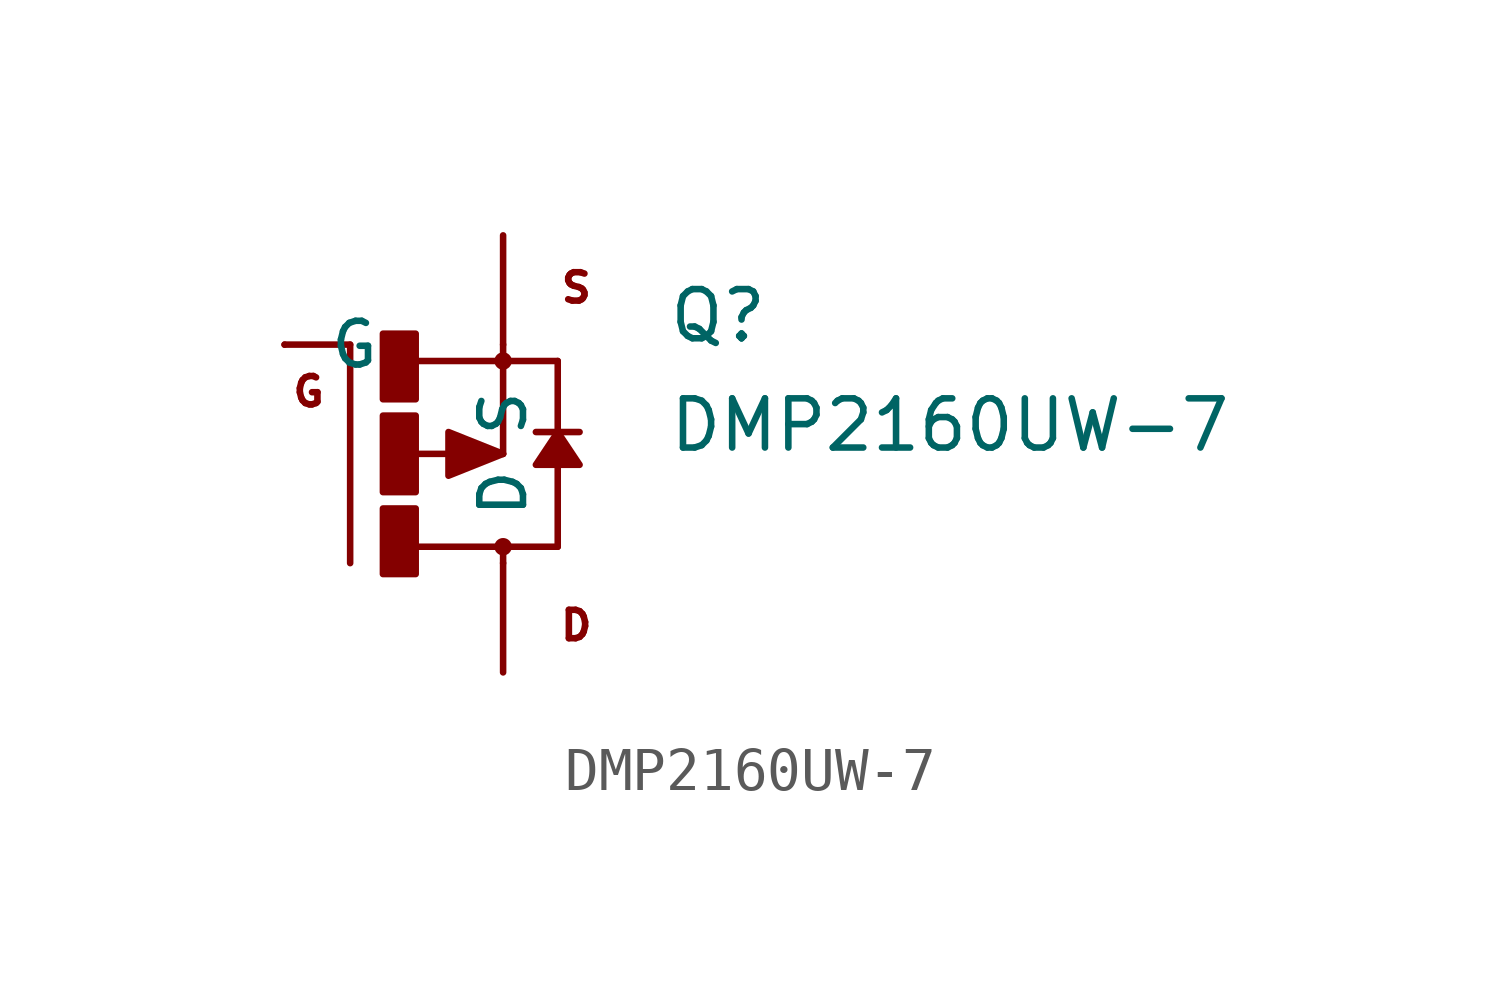
<source format=kicad_sym>
(kicad_symbol_lib
  (version 20211014)
  (generator kicad_symbol_editor)
  (symbol "DMP2160UW-7"
    (pin_numbers hide)
    (pin_names
      (offset 1.016))
    (property "Reference" "Q"
      (at 3.81 2.54 0)
      (effects (font (size 1.143 1.143)) (justify left bottom)))
    (property "Value" "DMP2160UW-7"
      (at 3.81 0 0)
      (effects (font (size 1.143 1.143)) (justify left bottom)))
    (property "ki_locked" ""
      (at 0 0 0)
      (effects (font (size 1.27 1.27))))
    (symbol "DMP2160UW-7_1_0"
      (polyline (pts (xy -3.556 -2.54) (xy -3.556 2.54)) (stroke (width 0) (type default) (color 0 0 0 0)) (fill (type none)))
      (polyline (pts (xy -3.556 2.54) (xy -5.08 2.54)) (stroke (width 0) (type default) (color 0 0 0 0)) (fill (type none)))
      (polyline (pts (xy -2.159 0) (xy 0 0)) (stroke (width 0) (type default) (color 0 0 0 0)) (fill (type none)))
      (polyline (pts (xy -2.032 -2.159) (xy 0 -2.159)) (stroke (width 0) (type default) (color 0 0 0 0)) (fill (type none)))
      (polyline (pts (xy 0 -2.159) (xy 0 -2.54)) (stroke (width 0) (type default) (color 0 0 0 0)) (fill (type none)))
      (polyline (pts (xy 0 0) (xy 0 2.159)) (stroke (width 0) (type default) (color 0 0 0 0)) (fill (type none)))
      (polyline (pts (xy 0 2.159) (xy -2.007 2.159)) (stroke (width 0) (type default) (color 0 0 0 0)) (fill (type none)))
      (polyline (pts (xy 0 2.54) (xy 0 2.159)) (stroke (width 0) (type default) (color 0 0 0 0)) (fill (type none)))
      (polyline (pts (xy 0.762 0.508) (xy 1.27 0.508)) (stroke (width 0) (type default) (color 0 0 0 0)) (fill (type none)))
      (polyline (pts (xy 1.27 -2.159) (xy 0 -2.159)) (stroke (width 0) (type default) (color 0 0 0 0)) (fill (type none)))
      (polyline (pts (xy 1.27 -2.159) (xy 1.27 -0.127)) (stroke (width 0) (type default) (color 0 0 0 0)) (fill (type none)))
      (polyline (pts (xy 1.27 0.508) (xy 1.27 2.159)) (stroke (width 0) (type default) (color 0 0 0 0)) (fill (type none)))
      (polyline (pts (xy 1.27 0.508) (xy 1.778 0.508)) (stroke (width 0) (type default) (color 0 0 0 0)) (fill (type none)))
      (polyline (pts (xy 1.27 2.159) (xy 0 2.159)) (stroke (width 0) (type default) (color 0 0 0 0)) (fill (type none)))
      (text "D" (at 1.702 -3.988 0) (effects (font (size 0.66 0.66))))
      (text "G" (at -4.521 1.448 0) (effects (font (size 0.66 0.66))))
      (text "S" (at 1.702 3.861 0) (effects (font (size 0.66 0.66)))))
    (symbol "DMP2160UW-7_1_1"
      (rectangle (start -2.794 -2.794) (end -2.032 -1.27) (stroke (width 0) (type default) (color 0 0 0 0)) (fill (type outline)))
      (rectangle (start -2.794 -0.889) (end -2.032 0.889) (stroke (width 0) (type default) (color 0 0 0 0)) (fill (type outline)))
      (rectangle (start -2.794 1.27) (end -2.032 2.794) (stroke (width 0) (type default) (color 0 0 0 0)) (fill (type outline)))
      (circle (center 0 -2.159) (radius 0.127) (stroke (width 0) (type default) (color 0 0 0 0)) (fill (type outline)))
      (polyline (pts (xy 0 0) (xy -1.27 0.508) (xy -1.27 0.508) (xy -1.27 -0.508) (xy -1.27 -0.508) (xy 0 0)) (stroke (width 0) (type default) (color 0 0 0 0)) (fill (type outline)))
      (polyline (pts (xy 1.27 0.508) (xy 0.762 -0.254) (xy 0.762 -0.254) (xy 1.778 -0.254) (xy 1.778 -0.254) (xy 1.27 0.508)) (stroke (width 0) (type default) (color 0 0 0 0)) (fill (type outline)))
      (circle (center 0 2.159) (radius 0.127) (stroke (width 0) (type default) (color 0 0 0 0)) (fill (type outline)))
      (pin passive line (at -5.08 2.54 0) (length 0) (name "G" (effects (font (size 1.016 1.016)))) (number "1" (effects (font (size 1.016 1.016)))))
      (pin passive line (at 0 5.08 270) (length 2.54) (name "S" (effects (font (size 1.016 1.016)))) (number "2" (effects (font (size 1.016 1.016)))))
      (pin passive line (at 0 -5.08 90) (length 2.54) (name "D" (effects (font (size 1.016 1.016)))) (number "3" (effects (font (size 1.016 1.016))))))))
</source>
